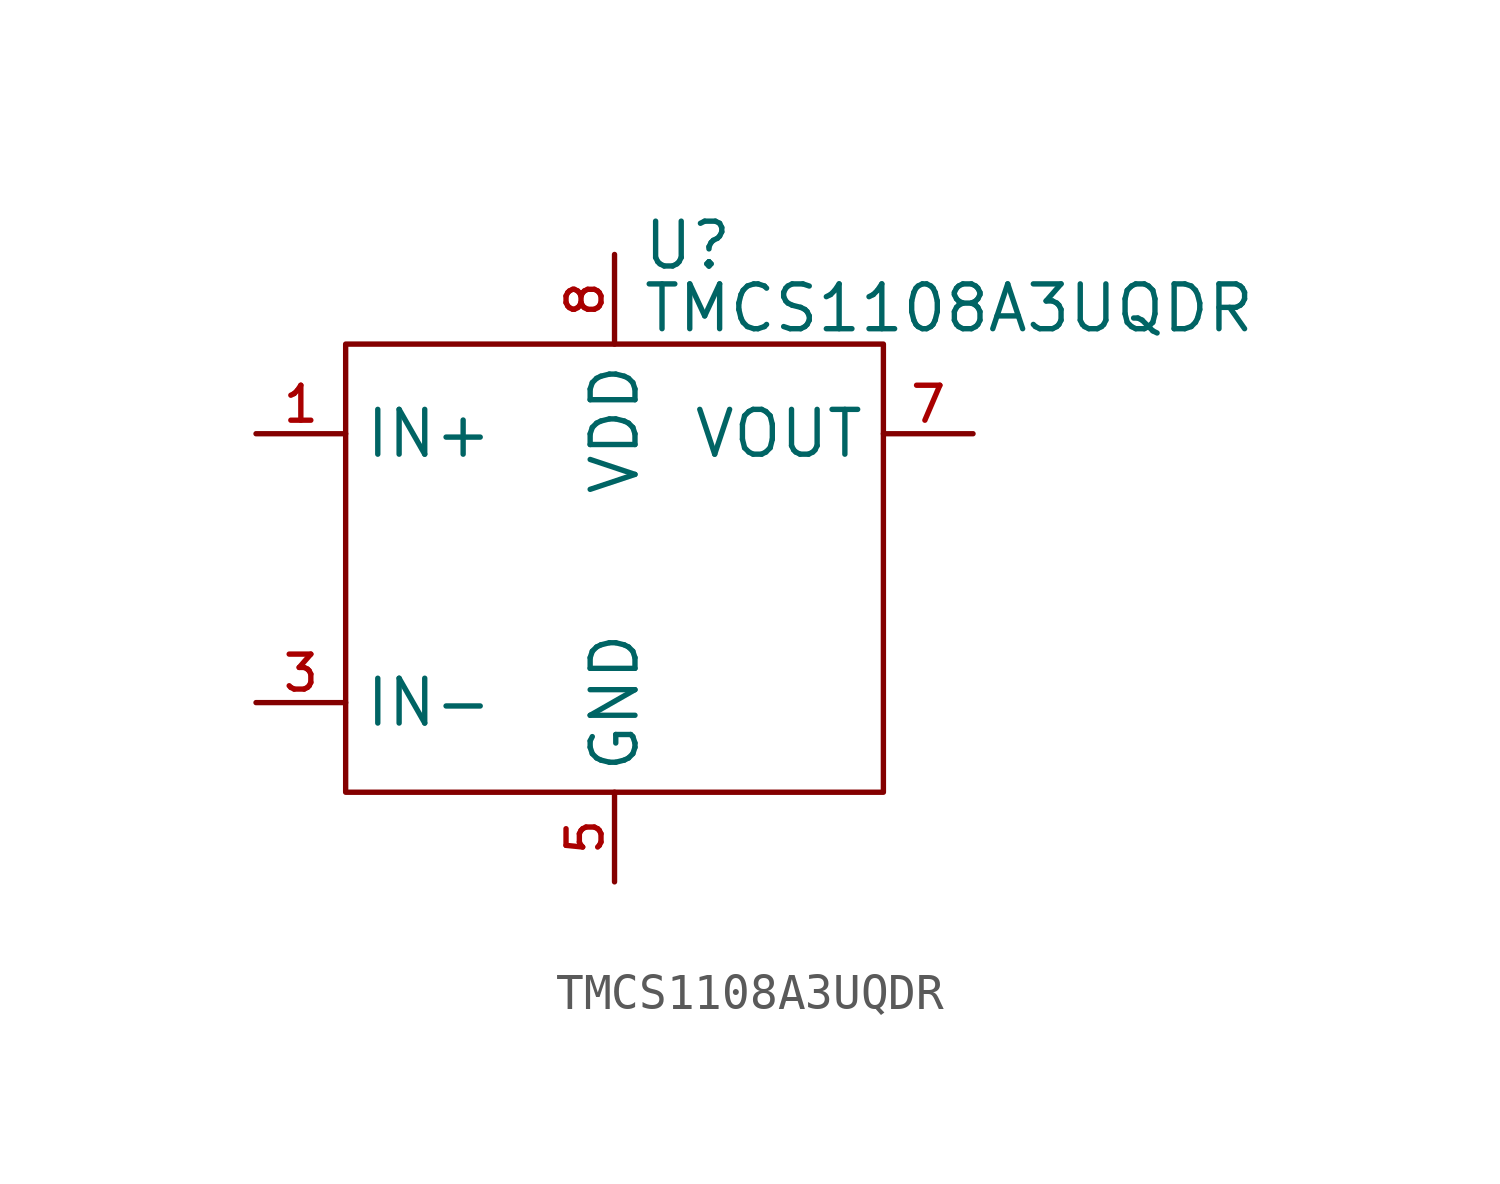
<source format=kicad_sym>
(kicad_symbol_lib
  (version 20231120)
  (generator "kicad_symbol_editor")
  (generator_version "8.0")
  (symbol "TMCS1108A3UQDR"
    (property "Reference" "U"
      (at 8.382 2.794 0)
      (effects (font (size 1.27 1.27)) (justify left)))
    (property "Value" "TMCS1108A3UQDR"
      (at 8.382 1.016 0)
      (effects (font (size 1.27 1.27)) (justify left)))
    (symbol "TMCS1108A3UQDR_0_0"
      (pin input line (at -2.54 -2.54 0) (length 2.54) (name "IN+" (effects (font (size 1.27 1.27)))) (number "1" (effects (font (size 0.991 0.991)))))
      (pin input line (at -2.54 -2.54 0) (length 2.54) hide (name "IN+" (effects (font (size 1.27 1.27)))) (number "2" (effects (font (size 0.991 0.991)))))
      (pin output line (at -2.54 -10.16 0) (length 2.54) (name "IN-" (effects (font (size 1.27 1.27)))) (number "3" (effects (font (size 0.991 0.991)))))
      (pin output line (at -2.54 -10.16 0) (length 2.54) hide (name "IN-" (effects (font (size 1.27 1.27)))) (number "4" (effects (font (size 0.991 0.991)))))
      (pin power_in line (at 7.62 -15.24 90) (length 2.54) (name "GND" (effects (font (size 1.27 1.27)))) (number "5" (effects (font (size 0.991 0.991)))))
      (pin no_connect line (at 7.62 -7.62 0) (length 2.54) hide (name "NC" (effects (font (size 1.27 1.27)))) (number "6" (effects (font (size 0.991 0.991)))))
      (pin output line (at 17.78 -2.54 180) (length 2.54) (name "VOUT" (effects (font (size 1.27 1.27)))) (number "7" (effects (font (size 0.991 0.991)))))
      (pin power_in line (at 7.62 2.54 270) (length 2.54) (name "VDD" (effects (font (size 1.27 1.27)))) (number "8" (effects (font (size 0.991 0.991))))))
    (symbol "TMCS1108A3UQDR_0_1"
      (rectangle (start 0 0) (end 15.24 -12.7) (stroke (width 0) (type default)) (fill (type none))))))
</source>
